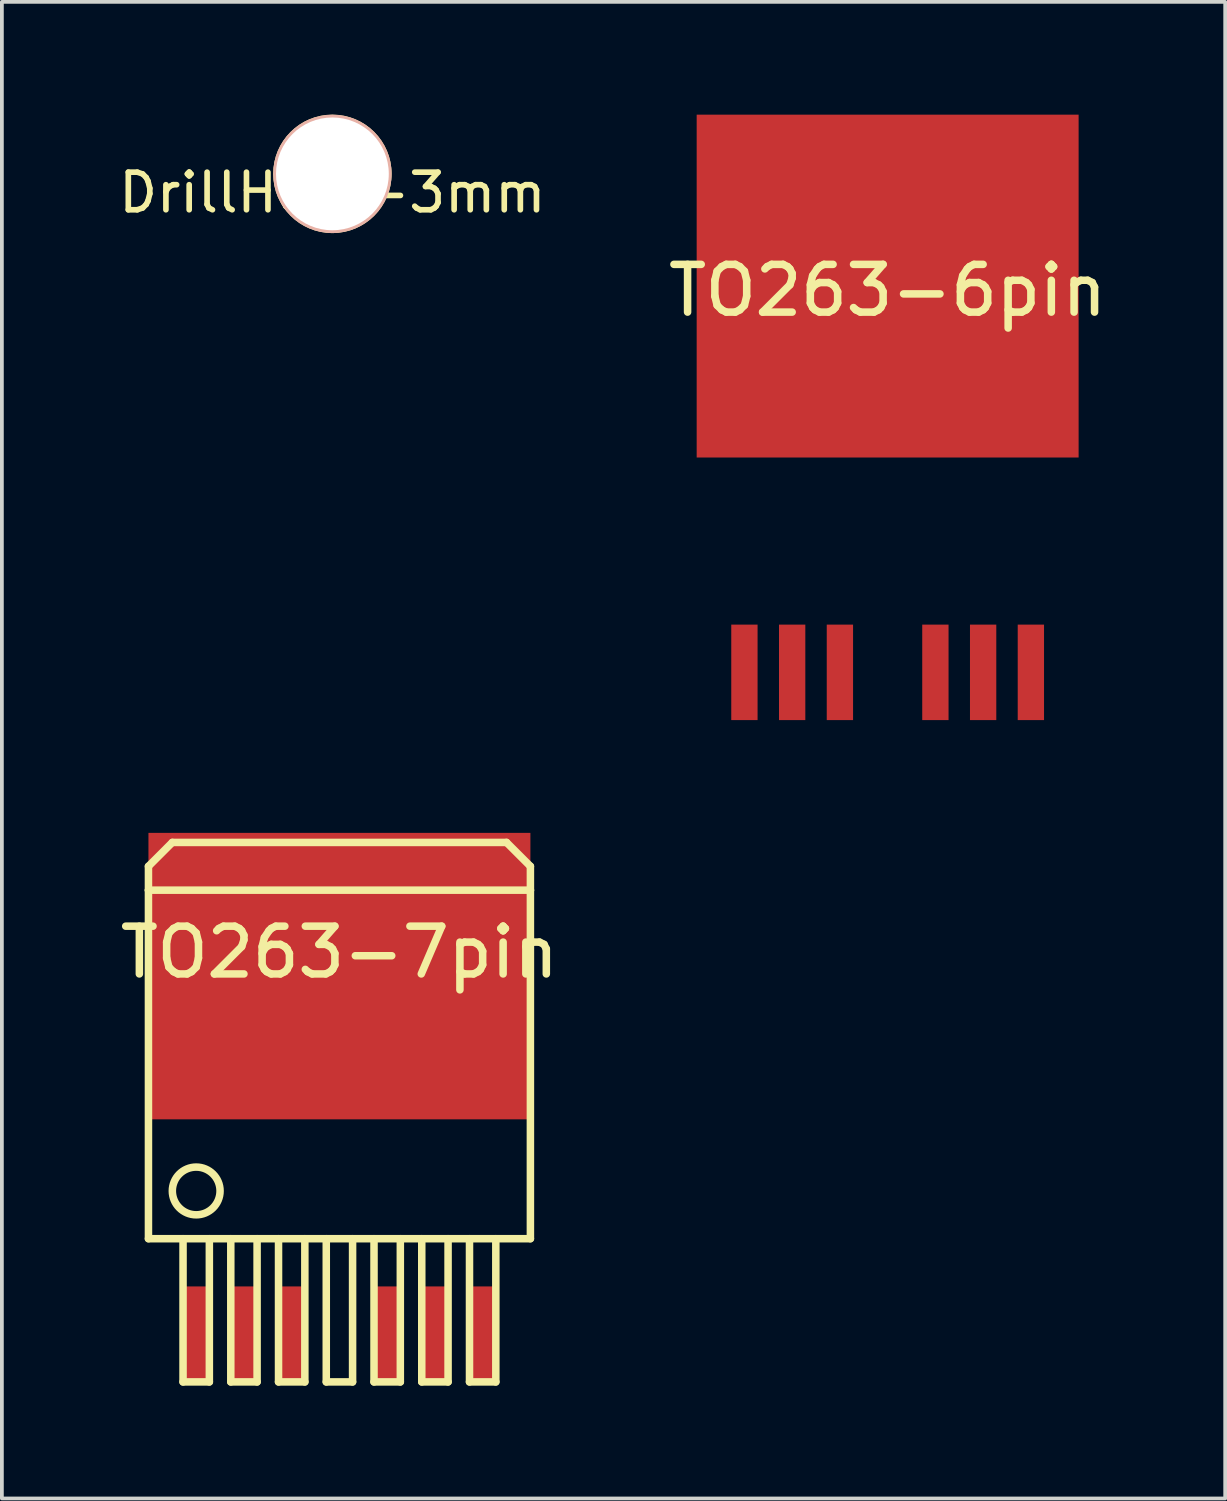
<source format=kicad_pcb>
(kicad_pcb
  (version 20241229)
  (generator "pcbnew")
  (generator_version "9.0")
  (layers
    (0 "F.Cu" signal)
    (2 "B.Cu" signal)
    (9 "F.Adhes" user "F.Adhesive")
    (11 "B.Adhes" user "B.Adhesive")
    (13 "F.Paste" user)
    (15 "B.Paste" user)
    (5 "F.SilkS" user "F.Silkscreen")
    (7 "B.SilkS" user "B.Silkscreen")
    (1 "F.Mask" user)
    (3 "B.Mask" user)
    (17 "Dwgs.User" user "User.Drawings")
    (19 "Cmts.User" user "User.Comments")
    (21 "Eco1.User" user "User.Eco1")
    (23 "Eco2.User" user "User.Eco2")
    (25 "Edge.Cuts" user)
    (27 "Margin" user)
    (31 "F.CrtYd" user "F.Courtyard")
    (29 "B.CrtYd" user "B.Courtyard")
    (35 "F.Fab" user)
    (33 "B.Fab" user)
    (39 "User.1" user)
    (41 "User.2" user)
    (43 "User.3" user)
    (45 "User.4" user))
  (footprint "DrillHole-3mm"
    (layer "F.Cu")
    (at 5.792 1.575)
    (property "Reference" "DrillHole-3mm" (at 0 0.5 0) (layer "F.SilkS") (effects (font (size 1 1) (thickness 0.15))))
    (attr through_hole)
    (fp_circle (center 0 0) (end 1.5 0) (stroke (width 0.15) (type solid)) (fill no) (layer "F.SilkS"))
    (fp_circle (center 0 0) (end 1.5 0) (stroke (width 0.15) (type solid)) (fill no) (layer "B.SilkS"))
    (pad "1" thru_hole circle (at 0 0) (size 3 3) (drill 3) (layers "*.Cu" "*.Mask" "F.SilkS")))
  (footprint "TO263-7pin"
    (layer "F.Cu")
    (at 5.979 32.44)
    (property "Reference" "TO263-7pin" (at 0 -10.16 0) (layer "F.SilkS") (effects (font (size 1.27 1.27) (thickness 0.2))))
    (attr smd)
    (fp_line (start -5.08 -12.446) (end -4.445 -13.081) (stroke (width 0.2) (type solid)) (layer "F.SilkS"))
    (fp_line (start -5.08 -11.811) (end -5.08 -12.446) (stroke (width 0.2) (type solid)) (layer "F.SilkS"))
    (fp_line (start -5.08 -11.811) (end -5.08 -2.54) (stroke (width 0.2) (type solid)) (layer "F.SilkS"))
    (fp_line (start -5.08 -2.54) (end 5.08 -2.54) (stroke (width 0.2) (type solid)) (layer "F.SilkS"))
    (fp_line (start -4.445 -13.081) (end 4.445 -13.081) (stroke (width 0.2) (type solid)) (layer "F.SilkS"))
    (fp_line (start -4.16 -2.54) (end -4.16 1.27) (stroke (width 0.2) (type solid)) (layer "F.SilkS"))
    (fp_line (start -4.16 1.27) (end -3.46 1.27) (stroke (width 0.2) (type solid)) (layer "F.SilkS"))
    (fp_line (start -3.46 1.27) (end -3.46 -2.54) (stroke (width 0.2) (type solid)) (layer "F.SilkS"))
    (fp_line (start -2.89 -2.54) (end -2.89 1.27) (stroke (width 0.2) (type solid)) (layer "F.SilkS"))
    (fp_line (start -2.89 1.27) (end -2.19 1.27) (stroke (width 0.2) (type solid)) (layer "F.SilkS"))
    (fp_line (start -2.19 1.27) (end -2.19 -2.54) (stroke (width 0.2) (type solid)) (layer "F.SilkS"))
    (fp_line (start -1.62 -2.54) (end -1.62 1.27) (stroke (width 0.2) (type solid)) (layer "F.SilkS"))
    (fp_line (start -1.62 1.27) (end -0.92 1.27) (stroke (width 0.2) (type solid)) (layer "F.SilkS"))
    (fp_line (start -0.92 1.27) (end -0.92 -2.54) (stroke (width 0.2) (type solid)) (layer "F.SilkS"))
    (fp_line (start -0.35 -2.54) (end -0.35 1.27) (stroke (width 0.2) (type solid)) (layer "F.SilkS"))
    (fp_line (start -0.35 1.27) (end 0.35 1.27) (stroke (width 0.2) (type solid)) (layer "F.SilkS"))
    (fp_line (start 0.35 1.27) (end 0.35 -2.54) (stroke (width 0.2) (type solid)) (layer "F.SilkS"))
    (fp_line (start 0.92 -2.54) (end 0.92 1.27) (stroke (width 0.2) (type solid)) (layer "F.SilkS"))
    (fp_line (start 0.92 1.27) (end 1.62 1.27) (stroke (width 0.2) (type solid)) (layer "F.SilkS"))
    (fp_line (start 1.62 1.27) (end 1.62 -2.54) (stroke (width 0.2) (type solid)) (layer "F.SilkS"))
    (fp_line (start 2.19 -2.54) (end 2.19 1.27) (stroke (width 0.2) (type solid)) (layer "F.SilkS"))
    (fp_line (start 2.19 1.27) (end 2.89 1.27) (stroke (width 0.2) (type solid)) (layer "F.SilkS"))
    (fp_line (start 2.89 1.27) (end 2.89 -2.54) (stroke (width 0.2) (type solid)) (layer "F.SilkS"))
    (fp_line (start 3.46 -2.54) (end 3.46 1.27) (stroke (width 0.2) (type solid)) (layer "F.SilkS"))
    (fp_line (start 3.46 1.27) (end 4.16 1.27) (stroke (width 0.2) (type solid)) (layer "F.SilkS"))
    (fp_line (start 4.16 1.27) (end 4.16 -2.54) (stroke (width 0.2) (type solid)) (layer "F.SilkS"))
    (fp_line (start 4.445 -13.081) (end 5.08 -12.446) (stroke (width 0.2) (type solid)) (layer "F.SilkS"))
    (fp_line (start 5.08 -12.446) (end 5.08 -11.811) (stroke (width 0.2) (type solid)) (layer "F.SilkS"))
    (fp_line (start 5.08 -11.811) (end -5.08 -11.811) (stroke (width 0.2) (type solid)) (layer "F.SilkS"))
    (fp_line (start 5.08 -2.54) (end 5.08 -11.811) (stroke (width 0.2) (type solid)) (layer "F.SilkS"))
    (fp_circle (center -3.81 -3.81) (end -4.445 -3.81) (stroke (width 0.2) (type solid)) (fill no) (layer "F.SilkS"))
    (pad "1" smd rect (at -3.81 0) (size 0.7 2.54) (layers "F.Cu" "F.Mask" "F.Paste"))
    (pad "2" smd rect (at -2.54 0) (size 0.7 2.54) (layers "F.Cu" "F.Mask" "F.Paste"))
    (pad "3" smd rect (at -1.27 0) (size 0.7 2.54) (layers "F.Cu" "F.Mask" "F.Paste"))
    (pad "5" smd rect (at 1.27 0) (size 0.7 2.54) (layers "F.Cu" "F.Mask" "F.Paste"))
    (pad "6" smd rect (at 2.54 0) (size 0.7 2.54) (layers "F.Cu" "F.Mask" "F.Paste"))
    (pad "7" smd rect (at 3.81 0) (size 0.7 2.54) (layers "F.Cu" "F.Mask" "F.Paste"))
    (pad "D" smd rect (at 0 -9.525) (size 10.16 7.62) (layers "F.Cu" "F.Mask" "F.Paste")))
  (footprint "TO263-6pin"
    (layer "F.Cu")
    (at 20.562 14.835)
    (property "Reference" "TO263-6pin" (at 0 -10.16 0) (layer "F.SilkS") (effects (font (size 1.27 1.27) (thickness 0.2))))
    (attr smd)
    (pad "1" smd rect (at -3.81 0) (size 0.7 2.54) (layers "F.Cu" "F.Mask" "F.Paste"))
    (pad "2" smd rect (at 0 -10.275) (size 10.16 9.12) (layers "F.Cu" "F.Mask" "F.Paste"))
    (pad "3" smd rect (at -2.54 0) (size 0.7 2.54) (layers "F.Cu" "F.Mask" "F.Paste"))
    (pad "3" smd rect (at -1.27 0) (size 0.7 2.54) (layers "F.Cu" "F.Mask" "F.Paste"))
    (pad "3" smd rect (at 1.27 0) (size 0.7 2.54) (layers "F.Cu" "F.Mask" "F.Paste"))
    (pad "3" smd rect (at 2.54 0) (size 0.7 2.54) (layers "F.Cu" "F.Mask" "F.Paste"))
    (pad "3" smd rect (at 3.81 0) (size 0.7 2.54) (layers "F.Cu" "F.Mask" "F.Paste")))
  (gr_rect
    (start -3 -3)
    (end 29.541 36.81)
    (stroke (width 0.1) (type default))
    (fill no)
    (layer "Edge.Cuts")))
</source>
